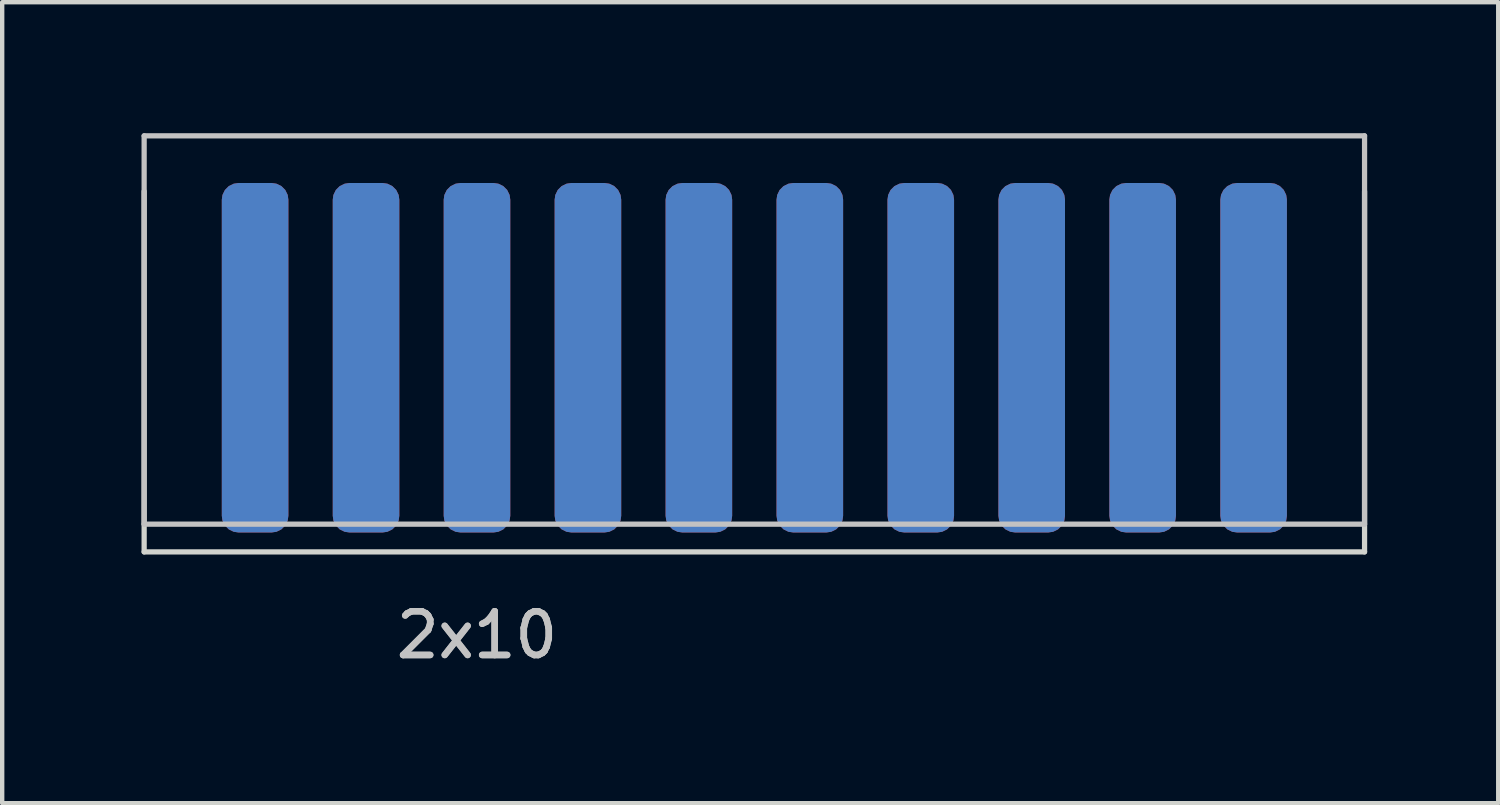
<source format=kicad_pcb>
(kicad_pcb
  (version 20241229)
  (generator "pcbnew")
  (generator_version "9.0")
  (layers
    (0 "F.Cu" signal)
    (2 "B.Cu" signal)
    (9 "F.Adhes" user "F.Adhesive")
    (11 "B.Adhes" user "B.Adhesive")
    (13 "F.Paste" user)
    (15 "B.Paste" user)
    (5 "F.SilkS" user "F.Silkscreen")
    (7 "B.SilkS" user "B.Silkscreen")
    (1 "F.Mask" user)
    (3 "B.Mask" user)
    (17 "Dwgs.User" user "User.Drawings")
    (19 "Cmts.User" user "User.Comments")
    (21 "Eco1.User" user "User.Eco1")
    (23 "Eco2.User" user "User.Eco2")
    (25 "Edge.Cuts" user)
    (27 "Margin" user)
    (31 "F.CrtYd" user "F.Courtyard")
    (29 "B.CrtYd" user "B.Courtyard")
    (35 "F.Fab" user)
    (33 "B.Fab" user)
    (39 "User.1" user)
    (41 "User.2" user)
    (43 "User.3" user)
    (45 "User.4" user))
  (footprint "2x10"
    (layer "F.Cu")
    (at 0.25 8.95)
    (property "Reference" "2x10" (at 7.62 2.54 0) (unlocked yes) (layer "Dwgs.User") (effects (font (size 1 1) (thickness 0.15))))
    (fp_poly (pts (xy 27.94 0.635) (xy 0 0.635) (xy 0 -7.62) (xy 27.94 -7.62)) (stroke (width 0.12) (type solid)) (fill yes) (layer "F.Mask"))
    (fp_poly (pts (xy 27.94 0.635) (xy 0 0.635) (xy 0 -7.62) (xy 27.94 -7.62)) (stroke (width 0.12) (type solid)) (fill yes) (layer "B.Mask"))
    (fp_line (start 0 -8.89) (end 27.94 -8.89) (stroke (width 0.12) (type solid)) (layer "Dwgs.User"))
    (fp_line (start 0 0) (end 0 -8.89) (stroke (width 0.12) (type solid)) (layer "Dwgs.User"))
    (fp_line (start 27.94 -8.89) (end 27.94 0) (stroke (width 0.12) (type solid)) (layer "Dwgs.User"))
    (fp_line (start 27.94 0) (end 0 0) (stroke (width 0.12) (type solid)) (layer "Dwgs.User"))
    (fp_line (start 0 0.635) (end 0 -7.62) (stroke (width 0.12) (type solid)) (layer "Edge.Cuts"))
    (fp_line (start 27.94 -7.62) (end 27.94 0.635) (stroke (width 0.12) (type solid)) (layer "Edge.Cuts"))
    (fp_line (start 27.94 0.635) (end 0 0.635) (stroke (width 0.12) (type solid)) (layer "Edge.Cuts"))
    (fp_text user "${REFERENCE}" (at 7.62 2.54 0) (unlocked yes) (layer "F.Fab") (effects (font (size 1 1) (thickness 0.15))))
    (pad "1" connect roundrect (at 2.54 -3.81) (size 1.524 8) (layers "F.Cu" "F.Mask") (roundrect_rratio 0.25))
    (pad "2" connect roundrect (at 2.54 -3.81) (size 1.524 8) (layers "B.Cu" "B.Mask") (roundrect_rratio 0.25))
    (pad "3" connect roundrect (at 5.08 -3.81) (size 1.524 8) (layers "F.Cu" "F.Mask") (roundrect_rratio 0.25))
    (pad "4" connect roundrect (at 5.08 -3.81) (size 1.524 8) (layers "B.Cu" "B.Mask") (roundrect_rratio 0.25))
    (pad "5" connect roundrect (at 7.62 -3.81) (size 1.524 8) (layers "F.Cu" "F.Mask") (roundrect_rratio 0.25))
    (pad "6" connect roundrect (at 7.62 -3.81) (size 1.524 8) (layers "B.Cu" "B.Mask") (roundrect_rratio 0.25))
    (pad "7" connect roundrect (at 10.16 -3.81) (size 1.524 8) (layers "F.Cu" "F.Mask") (roundrect_rratio 0.25))
    (pad "8" connect roundrect (at 10.16 -3.81) (size 1.524 8) (layers "B.Cu" "B.Mask") (roundrect_rratio 0.25))
    (pad "9" connect roundrect (at 12.7 -3.81) (size 1.524 8) (layers "F.Cu" "F.Mask") (roundrect_rratio 0.25))
    (pad "10" connect roundrect (at 12.7 -3.81) (size 1.524 8) (layers "B.Cu" "B.Mask") (roundrect_rratio 0.25))
    (pad "11" connect roundrect (at 15.24 -3.81) (size 1.524 8) (layers "F.Cu" "F.Mask") (roundrect_rratio 0.25))
    (pad "12" connect roundrect (at 15.24 -3.81) (size 1.524 8) (layers "B.Cu" "B.Mask") (roundrect_rratio 0.25))
    (pad "13" connect roundrect (at 17.78 -3.81) (size 1.524 8) (layers "F.Cu" "F.Mask") (roundrect_rratio 0.25))
    (pad "14" connect roundrect (at 17.78 -3.81) (size 1.524 8) (layers "B.Cu" "B.Mask") (roundrect_rratio 0.25))
    (pad "15" connect roundrect (at 20.32 -3.81) (size 1.524 8) (layers "F.Cu" "F.Mask") (roundrect_rratio 0.25))
    (pad "16" connect roundrect (at 20.32 -3.81) (size 1.524 8) (layers "B.Cu" "B.Mask") (roundrect_rratio 0.25))
    (pad "17" connect roundrect (at 22.86 -3.81) (size 1.524 8) (layers "F.Cu" "F.Mask") (roundrect_rratio 0.25))
    (pad "18" connect roundrect (at 22.86 -3.81) (size 1.524 8) (layers "B.Cu" "B.Mask") (roundrect_rratio 0.25))
    (pad "19" connect roundrect (at 25.4 -3.81) (size 1.524 8) (layers "F.Cu" "F.Mask") (roundrect_rratio 0.25))
    (pad "20" connect roundrect (at 25.4 -3.81) (size 1.524 8) (layers "B.Cu" "B.Mask") (roundrect_rratio 0.25)))
  (gr_rect
    (start -3 -3)
    (end 31.25 15.338)
    (stroke (width 0.1) (type default))
    (fill no)
    (layer "Edge.Cuts")))
</source>
